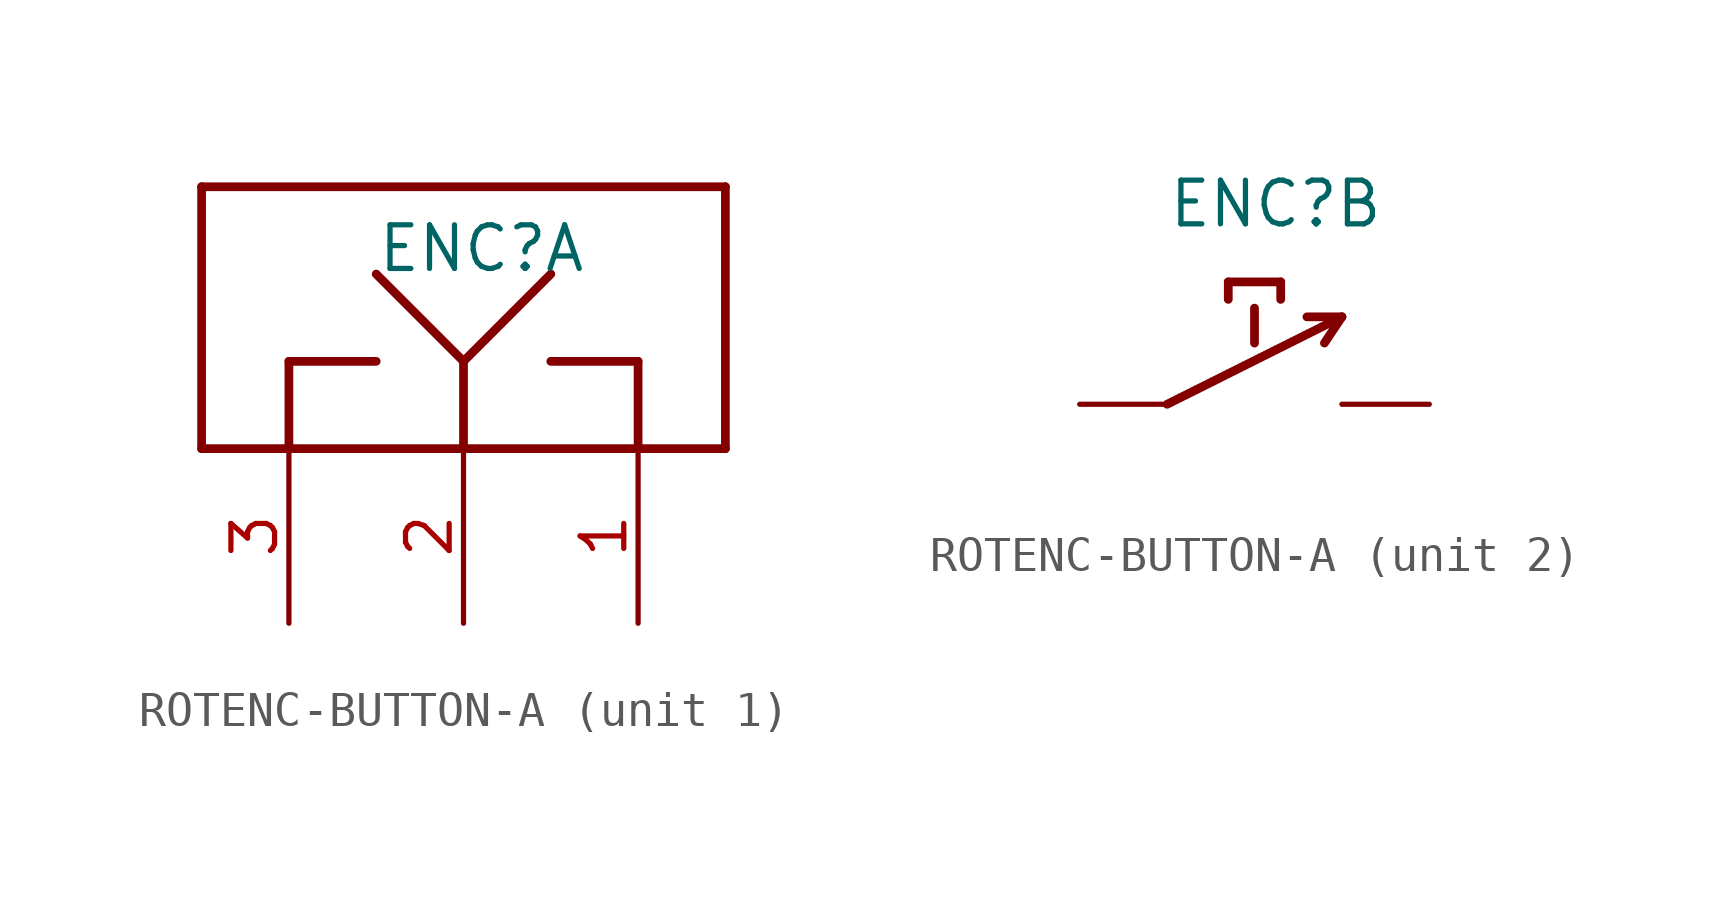
<source format=kicad_sym>
(kicad_symbol_lib
  (version 20231120)
  (generator "kicad_symbol_editor")
  (generator_version "8.0")
  (symbol "ROTENC-BUTTON-A"
    (property "Reference" "ENC"
      (at -2.54 5.08 0)
      (effects (font (size 1.27 1.27)) (justify left bottom)))
    (property "Value" ""
      (at -2.54 -2.54 0)
      (effects (font (size 1.27 1.27)) (justify left bottom)))
    (property "ki_locked" ""
      (at 0 0 0)
      (effects (font (size 1.27 1.27))))
    (symbol "ROTENC-BUTTON-A_1_0"
      (polyline (pts (xy -7.62 0) (xy 7.62 0)) (stroke (width 0.254) (type solid)) (fill (type none)))
      (polyline (pts (xy -7.62 7.62) (xy -7.62 0)) (stroke (width 0.254) (type solid)) (fill (type none)))
      (polyline (pts (xy -5.08 0) (xy -5.08 2.54)) (stroke (width 0.254) (type solid)) (fill (type none)))
      (polyline (pts (xy -5.08 2.54) (xy -2.54 2.54)) (stroke (width 0.254) (type solid)) (fill (type none)))
      (polyline (pts (xy -2.54 5.08) (xy 0 2.54)) (stroke (width 0.254) (type solid)) (fill (type none)))
      (polyline (pts (xy 0 0) (xy 0 2.54)) (stroke (width 0.254) (type solid)) (fill (type none)))
      (polyline (pts (xy 0 2.54) (xy 2.54 5.08)) (stroke (width 0.254) (type solid)) (fill (type none)))
      (polyline (pts (xy 5.08 0) (xy 5.08 2.54)) (stroke (width 0.254) (type solid)) (fill (type none)))
      (polyline (pts (xy 5.08 2.54) (xy 2.54 2.54)) (stroke (width 0.254) (type solid)) (fill (type none)))
      (polyline (pts (xy 7.62 0) (xy 7.62 7.62)) (stroke (width 0.254) (type solid)) (fill (type none)))
      (polyline (pts (xy 7.62 7.62) (xy -7.62 7.62)) (stroke (width 0.254) (type solid)) (fill (type none)))
      (pin bidirectional line (at 5.08 -5.08 90) (length 5.08) (name "P$1" (effects (font (size 0 0)))) (number "1" (effects (font (size 1.27 1.27)))))
      (pin bidirectional line (at 0 -5.08 90) (length 5.08) (name "P$2" (effects (font (size 0 0)))) (number "2" (effects (font (size 1.27 1.27)))))
      (pin bidirectional line (at -5.08 -5.08 90) (length 5.08) (name "P$3" (effects (font (size 0 0)))) (number "3" (effects (font (size 1.27 1.27))))))
    (symbol "ROTENC-BUTTON-A_2_0"
      (polyline (pts (xy -2.54 0) (xy 2.54 2.54)) (stroke (width 0.254) (type solid)) (fill (type none)))
      (polyline (pts (xy -0.762 3.048) (xy -0.762 3.556)) (stroke (width 0.254) (type solid)) (fill (type none)))
      (polyline (pts (xy -0.762 3.556) (xy 0.762 3.556)) (stroke (width 0.254) (type solid)) (fill (type none)))
      (polyline (pts (xy 0 1.778) (xy 0 2.794)) (stroke (width 0.254) (type solid)) (fill (type none)))
      (polyline (pts (xy 0.762 3.556) (xy 0.762 3.048)) (stroke (width 0.254) (type solid)) (fill (type none)))
      (polyline (pts (xy 1.524 2.54) (xy 2.54 2.54)) (stroke (width 0.254) (type solid)) (fill (type none)))
      (polyline (pts (xy 2.54 2.54) (xy 2.032 1.778)) (stroke (width 0.254) (type solid)) (fill (type none)))
      (pin passive line (at -5.08 0 0) (length 2.54) (name "P$1" (effects (font (size 0 0)))) (number "SW1" (effects (font (size 0 0)))))
      (pin passive line (at 5.08 0 180) (length 2.54) (name "P$2" (effects (font (size 0 0)))) (number "SW2" (effects (font (size 0 0))))))))
</source>
